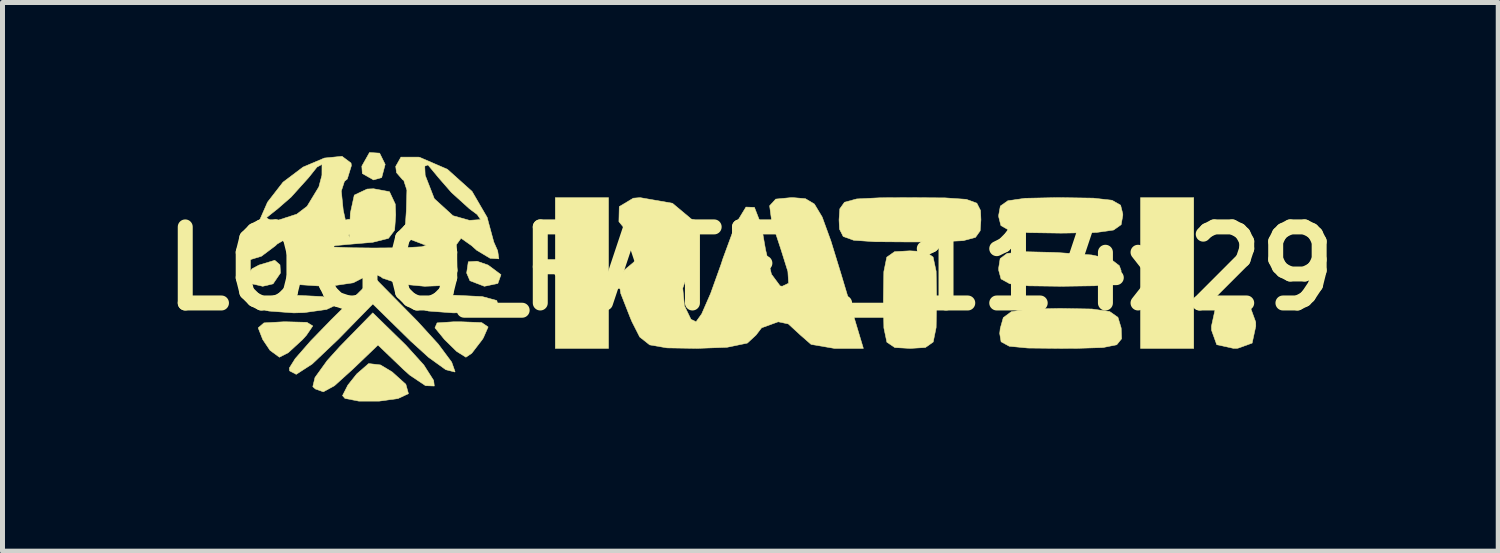
<source format=kicad_pcb>
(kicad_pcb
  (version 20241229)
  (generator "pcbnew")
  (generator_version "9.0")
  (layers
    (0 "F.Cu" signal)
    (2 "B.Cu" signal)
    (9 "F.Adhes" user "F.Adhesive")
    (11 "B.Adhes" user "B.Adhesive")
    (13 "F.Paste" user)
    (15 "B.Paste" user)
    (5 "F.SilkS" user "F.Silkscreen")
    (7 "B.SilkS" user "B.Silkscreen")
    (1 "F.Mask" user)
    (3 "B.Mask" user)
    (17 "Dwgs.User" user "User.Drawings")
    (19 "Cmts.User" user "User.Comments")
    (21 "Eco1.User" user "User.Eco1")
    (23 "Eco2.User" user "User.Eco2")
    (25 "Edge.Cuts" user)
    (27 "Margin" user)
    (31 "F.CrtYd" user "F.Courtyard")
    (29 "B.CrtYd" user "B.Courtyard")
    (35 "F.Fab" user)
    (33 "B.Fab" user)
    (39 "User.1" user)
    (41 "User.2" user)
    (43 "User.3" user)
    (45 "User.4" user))
  (footprint "LOGO_RATEL_114x29"
    (layer "F.Cu")
    (at 11.982 2.33)
    (property "Reference" "LOGO_RATEL_114x29" (at 0 0 0) (layer "F.SilkS") (effects (font (size 1.524 1.524) (thickness 0.3))))
    (fp_poly (pts (xy -2.842 1.599) (xy -3.908 1.599) (xy -3.908 -1.421) (xy -2.842 -1.421) (xy -2.842 1.599)) (stroke (width 0.01) (type solid)) (fill yes) (layer "F.SilkS"))
    (fp_poly (pts (xy 8.881 1.599) (xy 7.815 1.599) (xy 7.815 -1.421) (xy 8.881 -1.421) (xy 8.881 1.599)) (stroke (width 0.01) (type solid)) (fill yes) (layer "F.SilkS"))
    (fp_poly (pts (xy -7.427 -2.312) (xy -7.316 -2.087) (xy -7.386 -1.823) (xy -7.549 -1.776) (xy -7.774 -1.904) (xy -7.784 -2.052) (xy -7.63 -2.325) (xy -7.427 -2.312)) (stroke (width 0.01) (type solid)) (fill yes) (layer "F.SilkS"))
    (fp_poly (pts (xy -5.254 -0.07) (xy -4.996 0.122) (xy -5.059 0.298) (xy -5.329 0.355) (xy -5.618 0.244) (xy -5.684 0.089) (xy -5.651 -0.136) (xy -5.475 -0.147) (xy -5.254 -0.07)) (stroke (width 0.01) (type solid)) (fill yes) (layer "F.SilkS"))
    (fp_poly (pts (xy -9.423 -0.074) (xy -9.414 0.089) (xy -9.562 0.306) (xy -9.769 0.355) (xy -10.058 0.289) (xy -10.124 0.197) (xy -9.983 0.004) (xy -9.844 -0.07) (xy -9.528 -0.166) (xy -9.423 -0.074)) (stroke (width 0.01) (type solid)) (fill yes) (layer "F.SilkS"))
    (fp_poly (pts (xy -8.884 1.077) (xy -8.766 1.149) (xy -8.895 1.338) (xy -8.97 1.421) (xy -9.257 1.685) (xy -9.435 1.776) (xy -9.623 1.638) (xy -9.769 1.421) (xy -9.86 1.188) (xy -9.744 1.088) (xy -9.35 1.066) (xy -9.304 1.066) (xy -8.884 1.077)) (stroke (width 0.01) (type solid)) (fill yes) (layer "F.SilkS"))
    (fp_poly (pts (xy -8.569 0.561) (xy -8.277 0.64) (xy -8.259 0.71) (xy -8.49 0.819) (xy -8.939 0.882) (xy -9.148 0.888) (xy -9.646 0.851) (xy -9.979 0.757) (xy -10.036 0.71) (xy -9.944 0.604) (xy -9.539 0.544) (xy -9.148 0.533) (xy -8.569 0.561)) (stroke (width 0.01) (type solid)) (fill yes) (layer "F.SilkS"))
    (fp_poly (pts (xy -7.411 1.93) (xy -7.176 2.071) (xy -6.902 2.318) (xy -6.85 2.506) (xy -7.059 2.604) (xy -7.438 2.656) (xy -7.841 2.656) (xy -8.122 2.601) (xy -8.171 2.545) (xy -8.064 2.335) (xy -7.885 2.11) (xy -7.647 1.903) (xy -7.411 1.93)) (stroke (width 0.01) (type solid)) (fill yes) (layer "F.SilkS"))
    (fp_poly (pts (xy -5.383 1.082) (xy -5.254 1.17) (xy -5.347 1.383) (xy -5.37 1.421) (xy -5.582 1.697) (xy -5.699 1.776) (xy -5.885 1.659) (xy -6.128 1.421) (xy -6.319 1.187) (xy -6.276 1.088) (xy -5.945 1.066) (xy -5.799 1.066) (xy -5.383 1.082)) (stroke (width 0.01) (type solid)) (fill yes) (layer "F.SilkS"))
    (fp_poly (pts (xy -5.371 0.561) (xy -5.08 0.64) (xy -5.062 0.71) (xy -5.293 0.819) (xy -5.742 0.882) (xy -5.95 0.888) (xy -6.449 0.851) (xy -6.782 0.757) (xy -6.838 0.71) (xy -6.747 0.604) (xy -6.342 0.544) (xy -5.95 0.533) (xy -5.371 0.561)) (stroke (width 0.01) (type solid)) (fill yes) (layer "F.SilkS"))
    (fp_poly (pts (xy 10.018 0.784) (xy 10.123 1.073) (xy 10.124 1.155) (xy 10.051 1.493) (xy 9.762 1.597) (xy 9.68 1.599) (xy 9.342 1.525) (xy 9.238 1.236) (xy 9.236 1.155) (xy 9.31 0.817) (xy 9.599 0.712) (xy 9.68 0.71) (xy 10.018 0.784)) (stroke (width 0.01) (type solid)) (fill yes) (layer "F.SilkS"))
    (fp_poly (pts (xy -6.898 1.538) (xy -6.542 1.932) (xy -6.345 2.241) (xy -6.332 2.353) (xy -6.508 2.346) (xy -6.824 2.134) (xy -6.947 2.024) (xy -7.46 1.532) (xy -7.958 2.009) (xy -8.333 2.348) (xy -8.555 2.469) (xy -8.715 2.412) (xy -8.766 2.365) (xy -8.722 2.182) (xy -8.478 1.843) (xy -8.227 1.565) (xy -7.565 0.887) (xy -6.898 1.538)) (stroke (width 0.01) (type solid)) (fill yes) (layer "F.SilkS"))
    (fp_poly (pts (xy -6.665 1.061) (xy -6.252 1.514) (xy -5.984 1.874) (xy -5.916 2.066) (xy -5.92 2.072) (xy -6.102 2.026) (xy -6.447 1.778) (xy -6.805 1.453) (xy -7.564 0.709) (xy -8.259 1.42) (xy -8.777 1.911) (xy -9.098 2.119) (xy -9.231 2.049) (xy -9.236 1.992) (xy -9.119 1.805) (xy -8.81 1.451) (xy -8.386 1.014) (xy -7.536 0.177) (xy -6.665 1.061)) (stroke (width 0.01) (type solid)) (fill yes) (layer "F.SilkS"))
    (fp_poly (pts (xy 6.062 -0.324) (xy 6.171 -0.319) (xy 6.832 -0.273) (xy 7.213 -0.193) (xy 7.39 -0.058) (xy 7.427 0.044) (xy 7.417 0.207) (xy 7.262 0.302) (xy 6.893 0.345) (xy 6.24 0.355) (xy 6.23 0.355) (xy 5.573 0.346) (xy 5.195 0.304) (xy 5.021 0.208) (xy 4.974 0.035) (xy 4.973 -0.008) (xy 5.003 -0.2) (xy 5.142 -0.303) (xy 5.469 -0.338) (xy 6.062 -0.324)) (stroke (width 0.01) (type solid)) (fill yes) (layer "F.SilkS"))
    (fp_poly (pts (xy 3.502 -0.339) (xy 3.66 -0.231) (xy 3.721 0.055) (xy 3.73 0.607) (xy 3.73 0.622) (xy 3.721 1.18) (xy 3.662 1.471) (xy 3.506 1.581) (xy 3.205 1.599) (xy 3.197 1.599) (xy 2.893 1.582) (xy 2.734 1.475) (xy 2.674 1.189) (xy 2.664 0.637) (xy 2.664 0.622) (xy 2.673 0.063) (xy 2.732 -0.228) (xy 2.888 -0.338) (xy 3.189 -0.355) (xy 3.197 -0.355) (xy 3.502 -0.339)) (stroke (width 0.01) (type solid)) (fill yes) (layer "F.SilkS"))
    (fp_poly (pts (xy 3.902 -1.416) (xy 4.324 -1.387) (xy 4.536 -1.31) (xy 4.61 -1.164) (xy 4.618 -0.977) (xy 4.603 -0.757) (xy 4.509 -0.625) (xy 4.264 -0.559) (xy 3.796 -0.536) (xy 3.197 -0.533) (xy 2.492 -0.538) (xy 2.07 -0.567) (xy 1.859 -0.643) (xy 1.785 -0.79) (xy 1.776 -0.977) (xy 1.791 -1.197) (xy 1.885 -1.329) (xy 2.13 -1.395) (xy 2.598 -1.418) (xy 3.197 -1.421) (xy 3.902 -1.416)) (stroke (width 0.01) (type solid)) (fill yes) (layer "F.SilkS"))
    (fp_poly (pts (xy 6.842 0.81) (xy 7.196 0.86) (xy 7.363 0.977) (xy 7.427 1.189) (xy 7.428 1.199) (xy 7.436 1.406) (xy 7.339 1.526) (xy 7.064 1.582) (xy 6.538 1.598) (xy 6.217 1.599) (xy 5.56 1.592) (xy 5.186 1.556) (xy 5.022 1.467) (xy 4.994 1.3) (xy 5.005 1.199) (xy 5.066 0.983) (xy 5.228 0.863) (xy 5.573 0.811) (xy 6.187 0.799) (xy 6.217 0.799) (xy 6.842 0.81)) (stroke (width 0.01) (type solid)) (fill yes) (layer "F.SilkS"))
    (fp_poly (pts (xy 6.87 -1.411) (xy 7.245 -1.368) (xy 7.416 -1.27) (xy 7.46 -1.094) (xy 7.46 -1.066) (xy 7.427 -0.879) (xy 7.275 -0.772) (xy 6.93 -0.723) (xy 6.316 -0.711) (xy 6.217 -0.71) (xy 5.563 -0.72) (xy 5.189 -0.763) (xy 5.018 -0.862) (xy 4.974 -1.037) (xy 4.973 -1.066) (xy 5.007 -1.252) (xy 5.158 -1.359) (xy 5.503 -1.408) (xy 6.118 -1.421) (xy 6.217 -1.421) (xy 6.87 -1.411)) (stroke (width 0.01) (type solid)) (fill yes) (layer "F.SilkS"))
    (fp_poly (pts (xy 1.102 -1.4) (xy 1.282 -1.293) (xy 1.438 -1.033) (xy 1.612 -0.555) (xy 1.81 0.089) (xy 2.263 1.599) (xy 1.683 1.599) (xy 1.216 1.519) (xy 1.002 1.332) (xy 0.76 1.109) (xy 0.557 1.066) (xy 0.224 1.187) (xy 0.113 1.332) (xy -0.061 1.493) (xy -0.468 1.577) (xy -1.069 1.599) (xy -1.669 1.589) (xy -2.017 1.529) (xy -2.217 1.371) (xy -2.372 1.066) (xy -2.407 0.983) (xy -2.597 0.499) (xy -2.64 0.221) (xy -2.528 0.032) (xy -2.353 -0.114) (xy -2.14 -0.319) (xy -2.217 -0.485) (xy -2.353 -0.597) (xy -2.634 -0.94) (xy -2.627 -1.241) (xy -2.346 -1.41) (xy -2.209 -1.421) (xy -1.561 -1.308) (xy -1.172 -0.983) (xy -1.066 -0.562) (xy -1.132 -0.128) (xy -1.261 0.124) (xy -1.355 0.393) (xy -1.321 0.747) (xy -1.191 1.016) (xy -1.089 1.066) (xy -0.976 0.909) (xy -0.796 0.497) (xy -0.586 -0.089) (xy -0.551 -0.197) (xy -0.297 -0.889) (xy -0.089 -1.232) (xy 0.081 -1.226) (xy 0.218 -0.872) (xy 0.304 -0.377) (xy 0.422 0.114) (xy 0.595 0.347) (xy 0.637 0.355) (xy 0.765 0.294) (xy 0.751 0.059) (xy 0.614 -0.378) (xy 0.427 -0.946) (xy 0.385 -1.258) (xy 0.508 -1.392) (xy 0.812 -1.421) (xy 0.856 -1.421) (xy 1.102 -1.4)) (stroke (width 0.01) (type solid)) (fill yes) (layer "F.SilkS"))
    (fp_poly (pts (xy -8 -2.114) (xy -7.993 -2.061) (xy -8.075 -1.794) (xy -8.132 -1.747) (xy -8.195 -1.553) (xy -8.156 -1.166) (xy -8.153 -1.155) (xy -8.035 -0.622) (xy -8.014 -1.11) (xy -7.935 -1.472) (xy -7.677 -1.593) (xy -7.549 -1.599) (xy -7.23 -1.54) (xy -7.114 -1.292) (xy -7.105 -1.075) (xy -7.127 -0.769) (xy -7.251 -0.605) (xy -7.567 -0.526) (xy -8.037 -0.486) (xy -8.375 -0.455) (xy -8.36 -0.432) (xy -7.991 -0.417) (xy -7.549 -0.412) (xy -6.953 -0.417) (xy -6.583 -0.437) (xy -6.492 -0.468) (xy -6.545 -0.483) (xy -6.825 -0.589) (xy -6.914 -0.834) (xy -6.892 -1.169) (xy -6.881 -1.572) (xy -6.946 -1.772) (xy -6.963 -1.776) (xy -7.089 -1.921) (xy -7.105 -2.046) (xy -7.102 -2.052) (xy -6.523 -2.052) (xy -6.515 -1.87) (xy -6.332 -1.4) (xy -5.958 -1.059) (xy -5.628 -0.966) (xy -5.404 -0.981) (xy -5.472 -1.082) (xy -5.628 -1.198) (xy -5.989 -1.525) (xy -6.248 -1.822) (xy -6.458 -2.076) (xy -6.523 -2.052) (xy -7.102 -2.052) (xy -7 -2.233) (xy -6.643 -2.232) (xy -6.626 -2.229) (xy -6.07 -1.989) (xy -5.576 -1.546) (xy -5.273 -1.025) (xy -5.247 -0.925) (xy -5.14 -0.531) (xy -5.062 -0.355) (xy -5.039 -0.195) (xy -5.214 -0.206) (xy -5.484 -0.368) (xy -5.582 -0.457) (xy -5.796 -0.608) (xy -5.889 -0.48) (xy -5.879 -0.042) (xy -5.871 0.044) (xy -5.923 0.252) (xy -6.19 0.342) (xy -6.525 0.355) (xy -7.02 0.308) (xy -7.366 0.192) (xy -7.405 0.162) (xy -7.619 0.065) (xy -7.717 0.162) (xy -7.956 0.285) (xy -8.403 0.351) (xy -8.548 0.355) (xy -9.013 0.324) (xy -9.208 0.207) (xy -9.227 0.044) (xy -9.205 -0.439) (xy -9.283 -0.607) (xy -9.478 -0.493) (xy -9.515 -0.457) (xy -9.795 -0.247) (xy -10.015 -0.18) (xy -10.073 -0.278) (xy -10.036 -0.355) (xy -9.916 -0.663) (xy -9.851 -0.925) (xy -9.809 -1.02) (xy -9.694 -1.02) (xy -9.626 -0.968) (xy -9.47 -0.966) (xy -9.087 -1.09) (xy -8.881 -1.247) (xy -8.645 -1.635) (xy -8.583 -1.87) (xy -8.582 -2.087) (xy -8.682 -2.033) (xy -8.85 -1.822) (xy -9.201 -1.432) (xy -9.47 -1.198) (xy -9.694 -1.02) (xy -9.809 -1.02) (xy -9.673 -1.33) (xy -9.363 -1.73) (xy -8.961 -2.033) (xy -8.534 -2.214) (xy -8.18 -2.249) (xy -8 -2.114)) (stroke (width 0.01) (type solid)) (fill yes) (layer "F.SilkS")))
  (gr_rect
    (start -3 -3)
    (end 26.963 7.991)
    (stroke (width 0.1) (type default))
    (fill no)
    (layer "Edge.Cuts")))
</source>
